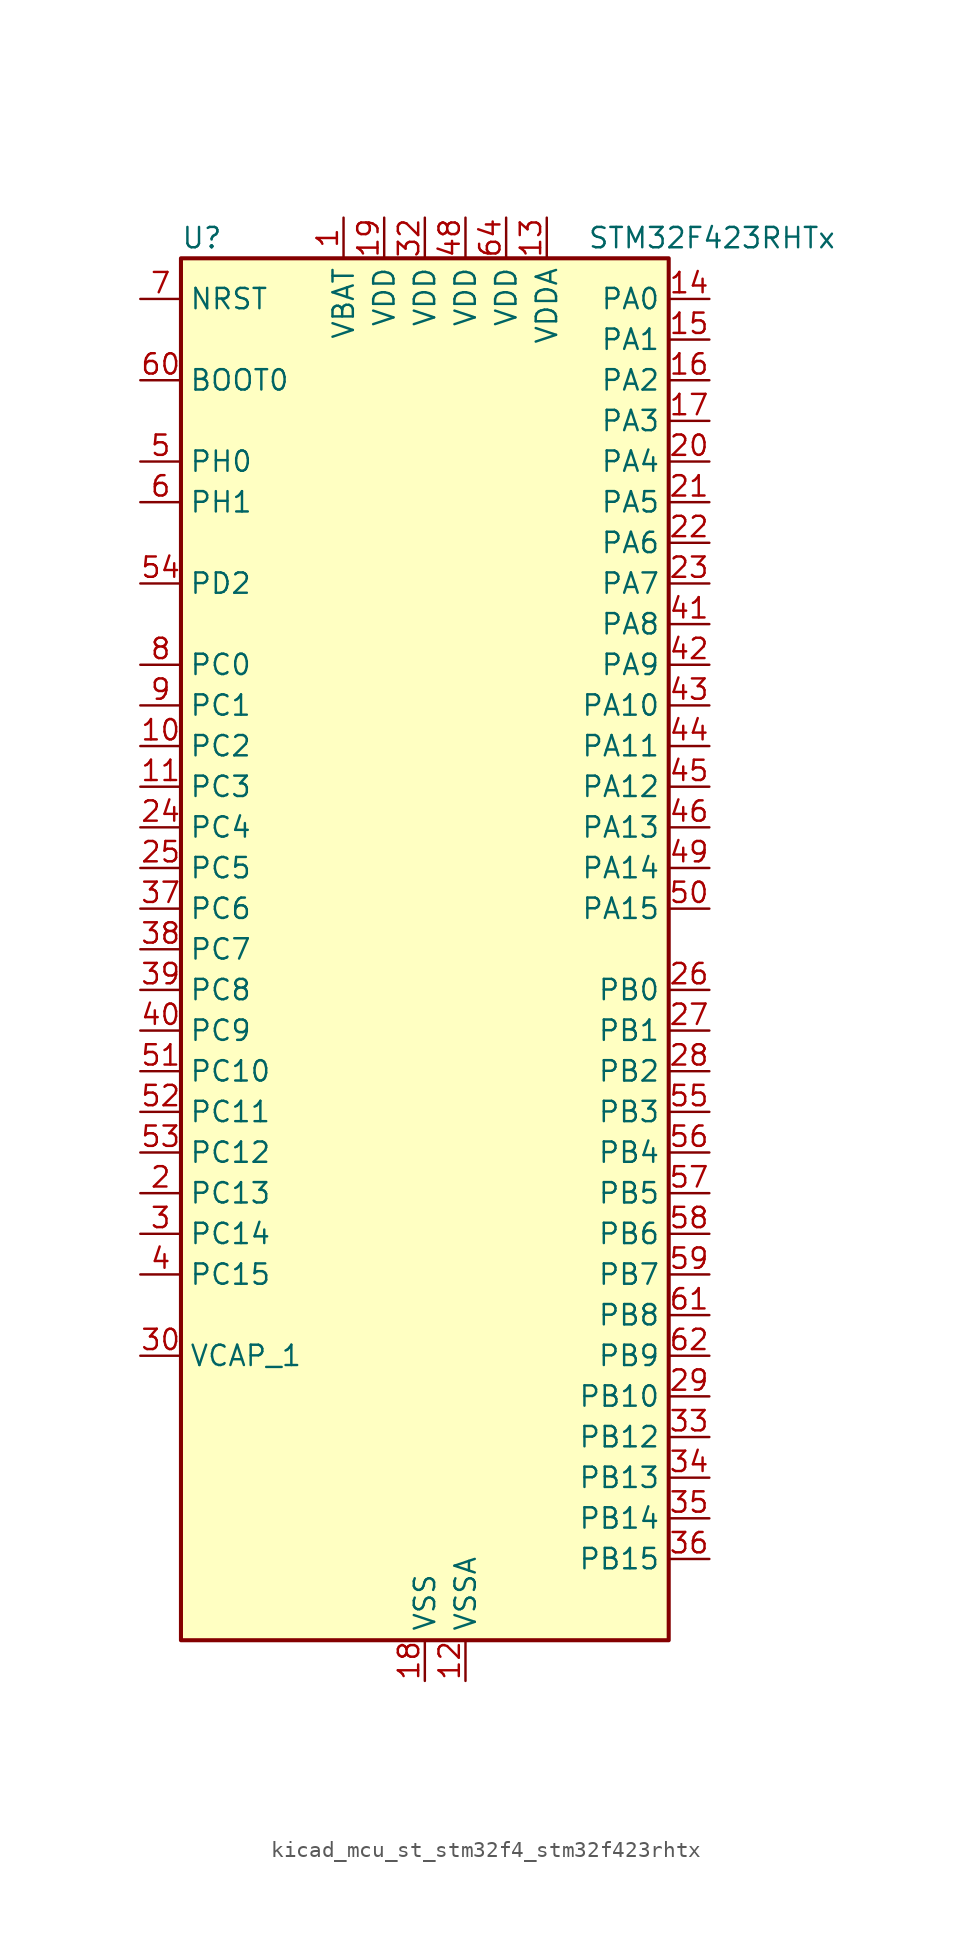
<source format=kicad_sym>
(kicad_symbol_lib
  (version 20220914)
  (generator kicad_symbol_editor)
  (symbol "kicad_mcu_st_stm32f4_stm32f423rhtx"
    (property "Reference" "U"
      (at -15.24 44.45 0)
      (effects (font (size 1.27 1.27)) (justify left)))
    (property "Value" "STM32F423RHTx"
      (at 10.16 44.45 0)
      (effects (font (size 1.27 1.27)) (justify left)))
    (property "ki_locked" ""
      (at 0 0 0)
      (effects (font (size 1.27 1.27))))
    (symbol "kicad_mcu_st_stm32f4_stm32f423rhtx_0_1"
      (rectangle (start -15.24 -43.18) (end 15.24 43.18) (stroke (width 0.254) (type default)) (fill (type background))))
    (symbol "kicad_mcu_st_stm32f4_stm32f423rhtx_1_1"
      (pin power_in line (at -5.08 45.72 270) (length 2.54) (name "VBAT" (effects (font (size 1.27 1.27)))) (number "1" (effects (font (size 1.27 1.27)))))
      (pin bidirectional line (at -17.78 12.7 0) (length 2.54) (name "PC2" (effects (font (size 1.27 1.27)))) (number "10" (effects (font (size 1.27 1.27)))) (alternate "ADC1_IN12" bidirectional line) (alternate "DFSDM1_CKOUT" bidirectional line) (alternate "DFSDM2_DATIN7" bidirectional line) (alternate "FSMC_NWE" bidirectional line) (alternate "I2S2_ext_SD" bidirectional line) (alternate "LPTIM1_IN2" bidirectional line) (alternate "SAI1_SCK_B" bidirectional line) (alternate "SPI2_MISO" bidirectional line))
      (pin bidirectional line (at -17.78 10.16 0) (length 2.54) (name "PC3" (effects (font (size 1.27 1.27)))) (number "11" (effects (font (size 1.27 1.27)))) (alternate "ADC1_IN13" bidirectional line) (alternate "DFSDM2_CKIN7" bidirectional line) (alternate "FSMC_A0" bidirectional line) (alternate "I2S2_SD" bidirectional line) (alternate "LPTIM1_ETR" bidirectional line) (alternate "SAI1_FS_B" bidirectional line) (alternate "SPI2_MOSI" bidirectional line))
      (pin power_in line (at 2.54 -45.72 90) (length 2.54) (name "VSSA" (effects (font (size 1.27 1.27)))) (number "12" (effects (font (size 1.27 1.27)))))
      (pin power_in line (at 7.62 45.72 270) (length 2.54) (name "VDDA" (effects (font (size 1.27 1.27)))) (number "13" (effects (font (size 1.27 1.27)))))
      (pin bidirectional line (at 17.78 40.64 180) (length 2.54) (name "PA0" (effects (font (size 1.27 1.27)))) (number "14" (effects (font (size 1.27 1.27)))) (alternate "ADC1_IN0" bidirectional line) (alternate "SYS_WKUP1" bidirectional line) (alternate "TIM2_CH1" bidirectional line) (alternate "TIM2_ETR" bidirectional line) (alternate "TIM5_CH1" bidirectional line) (alternate "TIM8_ETR" bidirectional line) (alternate "UART4_TX" bidirectional line) (alternate "USART2_CTS" bidirectional line))
      (pin bidirectional line (at 17.78 38.1 180) (length 2.54) (name "PA1" (effects (font (size 1.27 1.27)))) (number "15" (effects (font (size 1.27 1.27)))) (alternate "ADC1_IN1" bidirectional line) (alternate "I2S4_SD" bidirectional line) (alternate "QUADSPI_BK1_IO3" bidirectional line) (alternate "SPI4_MOSI" bidirectional line) (alternate "TIM2_CH2" bidirectional line) (alternate "TIM5_CH2" bidirectional line) (alternate "UART4_RX" bidirectional line) (alternate "USART2_RTS" bidirectional line))
      (pin bidirectional line (at 17.78 35.56 180) (length 2.54) (name "PA2" (effects (font (size 1.27 1.27)))) (number "16" (effects (font (size 1.27 1.27)))) (alternate "ADC1_IN2" bidirectional line) (alternate "FSMC_D4" bidirectional line) (alternate "FSMC_DA4" bidirectional line) (alternate "I2S_CKIN" bidirectional line) (alternate "TIM2_CH3" bidirectional line) (alternate "TIM5_CH3" bidirectional line) (alternate "TIM9_CH1" bidirectional line) (alternate "USART2_TX" bidirectional line))
      (pin bidirectional line (at 17.78 33.02 180) (length 2.54) (name "PA3" (effects (font (size 1.27 1.27)))) (number "17" (effects (font (size 1.27 1.27)))) (alternate "ADC1_IN3" bidirectional line) (alternate "FSMC_D5" bidirectional line) (alternate "FSMC_DA5" bidirectional line) (alternate "I2S2_MCK" bidirectional line) (alternate "SAI1_SD_B" bidirectional line) (alternate "TIM2_CH4" bidirectional line) (alternate "TIM5_CH4" bidirectional line) (alternate "TIM9_CH2" bidirectional line) (alternate "USART2_RX" bidirectional line))
      (pin power_in line (at 0 -45.72 90) (length 2.54) (name "VSS" (effects (font (size 1.27 1.27)))) (number "18" (effects (font (size 1.27 1.27)))))
      (pin power_in line (at -2.54 45.72 270) (length 2.54) (name "VDD" (effects (font (size 1.27 1.27)))) (number "19" (effects (font (size 1.27 1.27)))))
      (pin bidirectional line (at -17.78 -15.24 0) (length 2.54) (name "PC13" (effects (font (size 1.27 1.27)))) (number "2" (effects (font (size 1.27 1.27)))) (alternate "RTC_AF1" bidirectional line))
      (pin bidirectional line (at 17.78 30.48 180) (length 2.54) (name "PA4" (effects (font (size 1.27 1.27)))) (number "20" (effects (font (size 1.27 1.27)))) (alternate "ADC1_IN4" bidirectional line) (alternate "DAC_OUT1" bidirectional line) (alternate "DFSDM1_DATIN1" bidirectional line) (alternate "FSMC_D6" bidirectional line) (alternate "FSMC_DA6" bidirectional line) (alternate "I2S1_WS" bidirectional line) (alternate "I2S3_WS" bidirectional line) (alternate "SPI1_NSS" bidirectional line) (alternate "SPI3_NSS" bidirectional line) (alternate "USART2_CK" bidirectional line))
      (pin bidirectional line (at 17.78 27.94 180) (length 2.54) (name "PA5" (effects (font (size 1.27 1.27)))) (number "21" (effects (font (size 1.27 1.27)))) (alternate "ADC1_IN5" bidirectional line) (alternate "DAC_OUT2" bidirectional line) (alternate "DFSDM1_CKIN1" bidirectional line) (alternate "FSMC_D7" bidirectional line) (alternate "FSMC_DA7" bidirectional line) (alternate "I2S1_CK" bidirectional line) (alternate "SPI1_SCK" bidirectional line) (alternate "TIM2_CH1" bidirectional line) (alternate "TIM2_ETR" bidirectional line) (alternate "TIM8_CH1N" bidirectional line))
      (pin bidirectional line (at 17.78 25.4 180) (length 2.54) (name "PA6" (effects (font (size 1.27 1.27)))) (number "22" (effects (font (size 1.27 1.27)))) (alternate "ADC1_IN6" bidirectional line) (alternate "DFSDM2_CKIN1" bidirectional line) (alternate "I2S2_MCK" bidirectional line) (alternate "QUADSPI_BK2_IO0" bidirectional line) (alternate "SDIO_CMD" bidirectional line) (alternate "SPI1_MISO" bidirectional line) (alternate "TIM13_CH1" bidirectional line) (alternate "TIM1_BKIN" bidirectional line) (alternate "TIM3_CH1" bidirectional line) (alternate "TIM8_BKIN" bidirectional line))
      (pin bidirectional line (at 17.78 22.86 180) (length 2.54) (name "PA7" (effects (font (size 1.27 1.27)))) (number "23" (effects (font (size 1.27 1.27)))) (alternate "ADC1_IN7" bidirectional line) (alternate "DFSDM2_DATIN1" bidirectional line) (alternate "I2S1_SD" bidirectional line) (alternate "QUADSPI_BK2_IO1" bidirectional line) (alternate "SPI1_MOSI" bidirectional line) (alternate "TIM14_CH1" bidirectional line) (alternate "TIM1_CH1N" bidirectional line) (alternate "TIM3_CH2" bidirectional line) (alternate "TIM8_CH1N" bidirectional line))
      (pin bidirectional line (at -17.78 7.62 0) (length 2.54) (name "PC4" (effects (font (size 1.27 1.27)))) (number "24" (effects (font (size 1.27 1.27)))) (alternate "ADC1_IN14" bidirectional line) (alternate "DFSDM2_CKIN2" bidirectional line) (alternate "FSMC_NE4" bidirectional line) (alternate "I2S1_MCK" bidirectional line) (alternate "QUADSPI_BK2_IO2" bidirectional line))
      (pin bidirectional line (at -17.78 5.08 0) (length 2.54) (name "PC5" (effects (font (size 1.27 1.27)))) (number "25" (effects (font (size 1.27 1.27)))) (alternate "ADC1_IN15" bidirectional line) (alternate "DFSDM2_DATIN2" bidirectional line) (alternate "FMPI2C1_SMBA" bidirectional line) (alternate "FSMC_NOE" bidirectional line) (alternate "QUADSPI_BK2_IO3" bidirectional line) (alternate "USART3_RX" bidirectional line))
      (pin bidirectional line (at 17.78 -2.54 180) (length 2.54) (name "PB0" (effects (font (size 1.27 1.27)))) (number "26" (effects (font (size 1.27 1.27)))) (alternate "ADC1_IN8" bidirectional line) (alternate "I2S5_CK" bidirectional line) (alternate "SPI5_SCK" bidirectional line) (alternate "TIM1_CH2N" bidirectional line) (alternate "TIM3_CH3" bidirectional line) (alternate "TIM8_CH2N" bidirectional line))
      (pin bidirectional line (at 17.78 -5.08 180) (length 2.54) (name "PB1" (effects (font (size 1.27 1.27)))) (number "27" (effects (font (size 1.27 1.27)))) (alternate "ADC1_IN9" bidirectional line) (alternate "DFSDM1_DATIN0" bidirectional line) (alternate "I2S5_WS" bidirectional line) (alternate "QUADSPI_CLK" bidirectional line) (alternate "SPI5_NSS" bidirectional line) (alternate "TIM1_CH3N" bidirectional line) (alternate "TIM3_CH4" bidirectional line) (alternate "TIM8_CH3N" bidirectional line))
      (pin bidirectional line (at 17.78 -7.62 180) (length 2.54) (name "PB2" (effects (font (size 1.27 1.27)))) (number "28" (effects (font (size 1.27 1.27)))) (alternate "DFSDM1_CKIN0" bidirectional line) (alternate "LPTIM1_OUT" bidirectional line) (alternate "QUADSPI_CLK" bidirectional line))
      (pin bidirectional line (at 17.78 -27.94 180) (length 2.54) (name "PB10" (effects (font (size 1.27 1.27)))) (number "29" (effects (font (size 1.27 1.27)))) (alternate "DFSDM2_CKOUT" bidirectional line) (alternate "FMPI2C1_SCL" bidirectional line) (alternate "I2C2_SCL" bidirectional line) (alternate "I2S2_CK" bidirectional line) (alternate "I2S3_MCK" bidirectional line) (alternate "SDIO_D7" bidirectional line) (alternate "SPI2_SCK" bidirectional line) (alternate "TIM2_CH3" bidirectional line) (alternate "USART3_TX" bidirectional line))
      (pin bidirectional line (at -17.78 -17.78 0) (length 2.54) (name "PC14" (effects (font (size 1.27 1.27)))) (number "3" (effects (font (size 1.27 1.27)))) (alternate "RCC_OSC32_IN" bidirectional line))
      (pin power_out line (at -17.78 -25.4 0) (length 2.54) (name "VCAP_1" (effects (font (size 1.27 1.27)))) (number "30" (effects (font (size 1.27 1.27)))))
      (pin passive line (at 0 -45.72 90) (length 2.54) hide (name "VSS" (effects (font (size 1.27 1.27)))) (number "31" (effects (font (size 1.27 1.27)))))
      (pin power_in line (at 0 45.72 270) (length 2.54) (name "VDD" (effects (font (size 1.27 1.27)))) (number "32" (effects (font (size 1.27 1.27)))))
      (pin bidirectional line (at 17.78 -30.48 180) (length 2.54) (name "PB12" (effects (font (size 1.27 1.27)))) (number "33" (effects (font (size 1.27 1.27)))) (alternate "CAN2_RX" bidirectional line) (alternate "DFSDM1_DATIN1" bidirectional line) (alternate "I2C2_SMBA" bidirectional line) (alternate "I2S2_WS" bidirectional line) (alternate "I2S3_CK" bidirectional line) (alternate "I2S4_WS" bidirectional line) (alternate "SPI2_NSS" bidirectional line) (alternate "SPI3_SCK" bidirectional line) (alternate "SPI4_NSS" bidirectional line) (alternate "TIM1_BKIN" bidirectional line) (alternate "UART5_RX" bidirectional line) (alternate "USART3_CK" bidirectional line))
      (pin bidirectional line (at 17.78 -33.02 180) (length 2.54) (name "PB13" (effects (font (size 1.27 1.27)))) (number "34" (effects (font (size 1.27 1.27)))) (alternate "CAN2_TX" bidirectional line) (alternate "DFSDM1_CKIN1" bidirectional line) (alternate "FMPI2C1_SMBA" bidirectional line) (alternate "I2S2_CK" bidirectional line) (alternate "I2S4_CK" bidirectional line) (alternate "SPI2_SCK" bidirectional line) (alternate "SPI4_SCK" bidirectional line) (alternate "TIM1_CH1N" bidirectional line) (alternate "UART5_TX" bidirectional line) (alternate "USART3_CTS" bidirectional line))
      (pin bidirectional line (at 17.78 -35.56 180) (length 2.54) (name "PB14" (effects (font (size 1.27 1.27)))) (number "35" (effects (font (size 1.27 1.27)))) (alternate "DFSDM1_DATIN2" bidirectional line) (alternate "FMPI2C1_SDA" bidirectional line) (alternate "FSMC_D0" bidirectional line) (alternate "FSMC_DA0" bidirectional line) (alternate "I2S2_ext_SD" bidirectional line) (alternate "SDIO_D6" bidirectional line) (alternate "SPI2_MISO" bidirectional line) (alternate "TIM12_CH1" bidirectional line) (alternate "TIM1_CH2N" bidirectional line) (alternate "TIM8_CH2N" bidirectional line) (alternate "USART3_RTS" bidirectional line))
      (pin bidirectional line (at 17.78 -38.1 180) (length 2.54) (name "PB15" (effects (font (size 1.27 1.27)))) (number "36" (effects (font (size 1.27 1.27)))) (alternate "ADC1_EXTI15" bidirectional line) (alternate "DFSDM1_CKIN2" bidirectional line) (alternate "FMPI2C1_SCL" bidirectional line) (alternate "I2S2_SD" bidirectional line) (alternate "RTC_REFIN" bidirectional line) (alternate "SDIO_CK" bidirectional line) (alternate "SPI2_MOSI" bidirectional line) (alternate "TIM12_CH2" bidirectional line) (alternate "TIM1_CH3N" bidirectional line) (alternate "TIM8_CH3N" bidirectional line))
      (pin bidirectional line (at -17.78 2.54 0) (length 2.54) (name "PC6" (effects (font (size 1.27 1.27)))) (number "37" (effects (font (size 1.27 1.27)))) (alternate "DFSDM1_CKIN3" bidirectional line) (alternate "DFSDM2_DATIN6" bidirectional line) (alternate "FMPI2C1_SCL" bidirectional line) (alternate "FSMC_D1" bidirectional line) (alternate "FSMC_DA1" bidirectional line) (alternate "I2S2_MCK" bidirectional line) (alternate "SDIO_D6" bidirectional line) (alternate "TIM3_CH1" bidirectional line) (alternate "TIM8_CH1" bidirectional line) (alternate "USART6_TX" bidirectional line))
      (pin bidirectional line (at -17.78 0 0) (length 2.54) (name "PC7" (effects (font (size 1.27 1.27)))) (number "38" (effects (font (size 1.27 1.27)))) (alternate "DFSDM1_DATIN3" bidirectional line) (alternate "DFSDM2_CKIN6" bidirectional line) (alternate "FMPI2C1_SDA" bidirectional line) (alternate "I2S2_CK" bidirectional line) (alternate "I2S3_MCK" bidirectional line) (alternate "SDIO_D7" bidirectional line) (alternate "SPI2_SCK" bidirectional line) (alternate "TIM3_CH2" bidirectional line) (alternate "TIM8_CH2" bidirectional line) (alternate "USART6_RX" bidirectional line))
      (pin bidirectional line (at -17.78 -2.54 0) (length 2.54) (name "PC8" (effects (font (size 1.27 1.27)))) (number "39" (effects (font (size 1.27 1.27)))) (alternate "DFSDM2_CKIN3" bidirectional line) (alternate "QUADSPI_BK1_IO2" bidirectional line) (alternate "SDIO_D0" bidirectional line) (alternate "TIM3_CH3" bidirectional line) (alternate "TIM8_CH3" bidirectional line) (alternate "USART6_CK" bidirectional line))
      (pin bidirectional line (at -17.78 -20.32 0) (length 2.54) (name "PC15" (effects (font (size 1.27 1.27)))) (number "4" (effects (font (size 1.27 1.27)))) (alternate "ADC1_EXTI15" bidirectional line) (alternate "RCC_OSC32_OUT" bidirectional line))
      (pin bidirectional line (at -17.78 -5.08 0) (length 2.54) (name "PC9" (effects (font (size 1.27 1.27)))) (number "40" (effects (font (size 1.27 1.27)))) (alternate "DAC_EXTI9" bidirectional line) (alternate "DFSDM2_DATIN3" bidirectional line) (alternate "I2C3_SDA" bidirectional line) (alternate "I2S_CKIN" bidirectional line) (alternate "QUADSPI_BK1_IO0" bidirectional line) (alternate "RCC_MCO_2" bidirectional line) (alternate "SDIO_D1" bidirectional line) (alternate "TIM3_CH4" bidirectional line) (alternate "TIM8_CH4" bidirectional line))
      (pin bidirectional line (at 17.78 20.32 180) (length 2.54) (name "PA8" (effects (font (size 1.27 1.27)))) (number "41" (effects (font (size 1.27 1.27)))) (alternate "CAN3_RX" bidirectional line) (alternate "DFSDM1_CKOUT" bidirectional line) (alternate "I2C3_SCL" bidirectional line) (alternate "RCC_MCO_1" bidirectional line) (alternate "SDIO_D1" bidirectional line) (alternate "TIM1_CH1" bidirectional line) (alternate "UART7_RX" bidirectional line) (alternate "USART1_CK" bidirectional line) (alternate "USB_OTG_FS_SOF" bidirectional line))
      (pin bidirectional line (at 17.78 17.78 180) (length 2.54) (name "PA9" (effects (font (size 1.27 1.27)))) (number "42" (effects (font (size 1.27 1.27)))) (alternate "DAC_EXTI9" bidirectional line) (alternate "DFSDM2_CKIN3" bidirectional line) (alternate "I2C3_SMBA" bidirectional line) (alternate "I2S2_CK" bidirectional line) (alternate "SDIO_D2" bidirectional line) (alternate "SPI2_SCK" bidirectional line) (alternate "TIM1_CH2" bidirectional line) (alternate "USART1_TX" bidirectional line) (alternate "USB_OTG_FS_VBUS" bidirectional line))
      (pin bidirectional line (at 17.78 15.24 180) (length 2.54) (name "PA10" (effects (font (size 1.27 1.27)))) (number "43" (effects (font (size 1.27 1.27)))) (alternate "DFSDM2_DATIN3" bidirectional line) (alternate "I2S2_SD" bidirectional line) (alternate "I2S5_SD" bidirectional line) (alternate "SPI2_MOSI" bidirectional line) (alternate "SPI5_MOSI" bidirectional line) (alternate "TIM1_CH3" bidirectional line) (alternate "USART1_RX" bidirectional line) (alternate "USB_OTG_FS_ID" bidirectional line))
      (pin bidirectional line (at 17.78 12.7 180) (length 2.54) (name "PA11" (effects (font (size 1.27 1.27)))) (number "44" (effects (font (size 1.27 1.27)))) (alternate "ADC1_EXTI11" bidirectional line) (alternate "CAN1_RX" bidirectional line) (alternate "DFSDM2_CKIN5" bidirectional line) (alternate "I2S2_WS" bidirectional line) (alternate "SPI2_NSS" bidirectional line) (alternate "SPI4_MISO" bidirectional line) (alternate "TIM1_CH4" bidirectional line) (alternate "UART4_RX" bidirectional line) (alternate "USART1_CTS" bidirectional line) (alternate "USART6_TX" bidirectional line) (alternate "USB_OTG_FS_DM" bidirectional line))
      (pin bidirectional line (at 17.78 10.16 180) (length 2.54) (name "PA12" (effects (font (size 1.27 1.27)))) (number "45" (effects (font (size 1.27 1.27)))) (alternate "CAN1_TX" bidirectional line) (alternate "DFSDM2_DATIN5" bidirectional line) (alternate "SPI2_MISO" bidirectional line) (alternate "SPI5_MISO" bidirectional line) (alternate "TIM1_ETR" bidirectional line) (alternate "UART4_TX" bidirectional line) (alternate "USART1_RTS" bidirectional line) (alternate "USART6_RX" bidirectional line) (alternate "USB_OTG_FS_DP" bidirectional line))
      (pin bidirectional line (at 17.78 7.62 180) (length 2.54) (name "PA13" (effects (font (size 1.27 1.27)))) (number "46" (effects (font (size 1.27 1.27)))) (alternate "SYS_JTMS-SWDIO" bidirectional line))
      (pin passive line (at 0 -45.72 90) (length 2.54) hide (name "VSS" (effects (font (size 1.27 1.27)))) (number "47" (effects (font (size 1.27 1.27)))))
      (pin power_in line (at 2.54 45.72 270) (length 2.54) (name "VDD" (effects (font (size 1.27 1.27)))) (number "48" (effects (font (size 1.27 1.27)))))
      (pin bidirectional line (at 17.78 5.08 180) (length 2.54) (name "PA14" (effects (font (size 1.27 1.27)))) (number "49" (effects (font (size 1.27 1.27)))) (alternate "SYS_JTCK-SWCLK" bidirectional line))
      (pin bidirectional line (at -17.78 30.48 0) (length 2.54) (name "PH0" (effects (font (size 1.27 1.27)))) (number "5" (effects (font (size 1.27 1.27)))) (alternate "RCC_OSC_IN" bidirectional line))
      (pin bidirectional line (at 17.78 2.54 180) (length 2.54) (name "PA15" (effects (font (size 1.27 1.27)))) (number "50" (effects (font (size 1.27 1.27)))) (alternate "ADC1_EXTI15" bidirectional line) (alternate "CAN3_TX" bidirectional line) (alternate "I2S1_WS" bidirectional line) (alternate "I2S3_WS" bidirectional line) (alternate "SAI1_MCLK_A" bidirectional line) (alternate "SPI1_NSS" bidirectional line) (alternate "SPI3_NSS" bidirectional line) (alternate "SYS_JTDI" bidirectional line) (alternate "TIM2_CH1" bidirectional line) (alternate "TIM2_ETR" bidirectional line) (alternate "UART7_TX" bidirectional line) (alternate "USART1_TX" bidirectional line))
      (pin bidirectional line (at -17.78 -7.62 0) (length 2.54) (name "PC10" (effects (font (size 1.27 1.27)))) (number "51" (effects (font (size 1.27 1.27)))) (alternate "DFSDM2_CKIN5" bidirectional line) (alternate "I2S3_CK" bidirectional line) (alternate "QUADSPI_BK1_IO1" bidirectional line) (alternate "SDIO_D2" bidirectional line) (alternate "SPI3_SCK" bidirectional line) (alternate "USART3_TX" bidirectional line))
      (pin bidirectional line (at -17.78 -10.16 0) (length 2.54) (name "PC11" (effects (font (size 1.27 1.27)))) (number "52" (effects (font (size 1.27 1.27)))) (alternate "ADC1_EXTI11" bidirectional line) (alternate "DFSDM2_DATIN5" bidirectional line) (alternate "FSMC_D2" bidirectional line) (alternate "FSMC_DA2" bidirectional line) (alternate "I2S3_ext_SD" bidirectional line) (alternate "QUADSPI_BK2_NCS" bidirectional line) (alternate "SDIO_D3" bidirectional line) (alternate "SPI3_MISO" bidirectional line) (alternate "UART4_RX" bidirectional line) (alternate "USART3_RX" bidirectional line))
      (pin bidirectional line (at -17.78 -12.7 0) (length 2.54) (name "PC12" (effects (font (size 1.27 1.27)))) (number "53" (effects (font (size 1.27 1.27)))) (alternate "FSMC_D3" bidirectional line) (alternate "FSMC_DA3" bidirectional line) (alternate "I2S3_SD" bidirectional line) (alternate "SDIO_CK" bidirectional line) (alternate "SPI3_MOSI" bidirectional line) (alternate "UART5_TX" bidirectional line) (alternate "USART3_CK" bidirectional line))
      (pin bidirectional line (at -17.78 22.86 0) (length 2.54) (name "PD2" (effects (font (size 1.27 1.27)))) (number "54" (effects (font (size 1.27 1.27)))) (alternate "DFSDM2_CKOUT" bidirectional line) (alternate "FSMC_NWE" bidirectional line) (alternate "SDIO_CMD" bidirectional line) (alternate "TIM3_ETR" bidirectional line) (alternate "UART5_RX" bidirectional line))
      (pin bidirectional line (at 17.78 -10.16 180) (length 2.54) (name "PB3" (effects (font (size 1.27 1.27)))) (number "55" (effects (font (size 1.27 1.27)))) (alternate "CAN3_RX" bidirectional line) (alternate "FMPI2C1_SDA" bidirectional line) (alternate "I2C2_SDA" bidirectional line) (alternate "I2S1_CK" bidirectional line) (alternate "I2S3_CK" bidirectional line) (alternate "SAI1_SD_A" bidirectional line) (alternate "SPI1_SCK" bidirectional line) (alternate "SPI3_SCK" bidirectional line) (alternate "SYS_JTDO-SWO" bidirectional line) (alternate "TIM2_CH2" bidirectional line) (alternate "UART7_RX" bidirectional line) (alternate "USART1_RX" bidirectional line))
      (pin bidirectional line (at 17.78 -12.7 180) (length 2.54) (name "PB4" (effects (font (size 1.27 1.27)))) (number "56" (effects (font (size 1.27 1.27)))) (alternate "CAN3_TX" bidirectional line) (alternate "I2C3_SDA" bidirectional line) (alternate "I2S3_ext_SD" bidirectional line) (alternate "SAI1_SCK_A" bidirectional line) (alternate "SDIO_D0" bidirectional line) (alternate "SPI1_MISO" bidirectional line) (alternate "SPI3_MISO" bidirectional line) (alternate "SYS_JTRST" bidirectional line) (alternate "TIM3_CH1" bidirectional line) (alternate "UART7_TX" bidirectional line))
      (pin bidirectional line (at 17.78 -15.24 180) (length 2.54) (name "PB5" (effects (font (size 1.27 1.27)))) (number "57" (effects (font (size 1.27 1.27)))) (alternate "CAN2_RX" bidirectional line) (alternate "I2C1_SMBA" bidirectional line) (alternate "I2S1_SD" bidirectional line) (alternate "I2S3_SD" bidirectional line) (alternate "LPTIM1_IN1" bidirectional line) (alternate "SAI1_FS_A" bidirectional line) (alternate "SDIO_D3" bidirectional line) (alternate "SPI1_MOSI" bidirectional line) (alternate "SPI3_MOSI" bidirectional line) (alternate "TIM3_CH2" bidirectional line) (alternate "UART5_RX" bidirectional line))
      (pin bidirectional line (at 17.78 -17.78 180) (length 2.54) (name "PB6" (effects (font (size 1.27 1.27)))) (number "58" (effects (font (size 1.27 1.27)))) (alternate "CAN2_TX" bidirectional line) (alternate "DFSDM2_CKIN7" bidirectional line) (alternate "I2C1_SCL" bidirectional line) (alternate "LPTIM1_ETR" bidirectional line) (alternate "QUADSPI_BK1_NCS" bidirectional line) (alternate "SDIO_D0" bidirectional line) (alternate "TIM4_CH1" bidirectional line) (alternate "UART5_TX" bidirectional line) (alternate "USART1_TX" bidirectional line))
      (pin bidirectional line (at 17.78 -20.32 180) (length 2.54) (name "PB7" (effects (font (size 1.27 1.27)))) (number "59" (effects (font (size 1.27 1.27)))) (alternate "DFSDM2_DATIN7" bidirectional line) (alternate "FSMC_NL" bidirectional line) (alternate "I2C1_SDA" bidirectional line) (alternate "LPTIM1_IN2" bidirectional line) (alternate "TIM4_CH2" bidirectional line) (alternate "USART1_RX" bidirectional line))
      (pin bidirectional line (at -17.78 27.94 0) (length 2.54) (name "PH1" (effects (font (size 1.27 1.27)))) (number "6" (effects (font (size 1.27 1.27)))) (alternate "RCC_OSC_OUT" bidirectional line))
      (pin input line (at -17.78 35.56 0) (length 2.54) (name "BOOT0" (effects (font (size 1.27 1.27)))) (number "60" (effects (font (size 1.27 1.27)))))
      (pin bidirectional line (at 17.78 -22.86 180) (length 2.54) (name "PB8" (effects (font (size 1.27 1.27)))) (number "61" (effects (font (size 1.27 1.27)))) (alternate "CAN1_RX" bidirectional line) (alternate "DFSDM2_CKIN1" bidirectional line) (alternate "I2C1_SCL" bidirectional line) (alternate "I2C3_SDA" bidirectional line) (alternate "I2S5_SD" bidirectional line) (alternate "LPTIM1_OUT" bidirectional line) (alternate "SDIO_D4" bidirectional line) (alternate "SPI5_MOSI" bidirectional line) (alternate "TIM10_CH1" bidirectional line) (alternate "TIM4_CH3" bidirectional line) (alternate "UART5_RX" bidirectional line))
      (pin bidirectional line (at 17.78 -25.4 180) (length 2.54) (name "PB9" (effects (font (size 1.27 1.27)))) (number "62" (effects (font (size 1.27 1.27)))) (alternate "CAN1_TX" bidirectional line) (alternate "DAC_EXTI9" bidirectional line) (alternate "DFSDM2_DATIN1" bidirectional line) (alternate "I2C1_SDA" bidirectional line) (alternate "I2C2_SDA" bidirectional line) (alternate "I2S2_WS" bidirectional line) (alternate "SDIO_D5" bidirectional line) (alternate "SPI2_NSS" bidirectional line) (alternate "TIM11_CH1" bidirectional line) (alternate "TIM4_CH4" bidirectional line) (alternate "UART5_TX" bidirectional line))
      (pin passive line (at 0 -45.72 90) (length 2.54) hide (name "VSS" (effects (font (size 1.27 1.27)))) (number "63" (effects (font (size 1.27 1.27)))))
      (pin power_in line (at 5.08 45.72 270) (length 2.54) (name "VDD" (effects (font (size 1.27 1.27)))) (number "64" (effects (font (size 1.27 1.27)))))
      (pin input line (at -17.78 40.64 0) (length 2.54) (name "NRST" (effects (font (size 1.27 1.27)))) (number "7" (effects (font (size 1.27 1.27)))))
      (pin bidirectional line (at -17.78 17.78 0) (length 2.54) (name "PC0" (effects (font (size 1.27 1.27)))) (number "8" (effects (font (size 1.27 1.27)))) (alternate "ADC1_IN10" bidirectional line) (alternate "DFSDM2_CKIN4" bidirectional line) (alternate "LPTIM1_IN1" bidirectional line) (alternate "SAI1_MCLK_B" bidirectional line) (alternate "SYS_WKUP2" bidirectional line))
      (pin bidirectional line (at -17.78 15.24 0) (length 2.54) (name "PC1" (effects (font (size 1.27 1.27)))) (number "9" (effects (font (size 1.27 1.27)))) (alternate "ADC1_IN11" bidirectional line) (alternate "DFSDM2_DATIN4" bidirectional line) (alternate "LPTIM1_OUT" bidirectional line) (alternate "SAI1_SD_B" bidirectional line) (alternate "SYS_WKUP3" bidirectional line)))))
</source>
